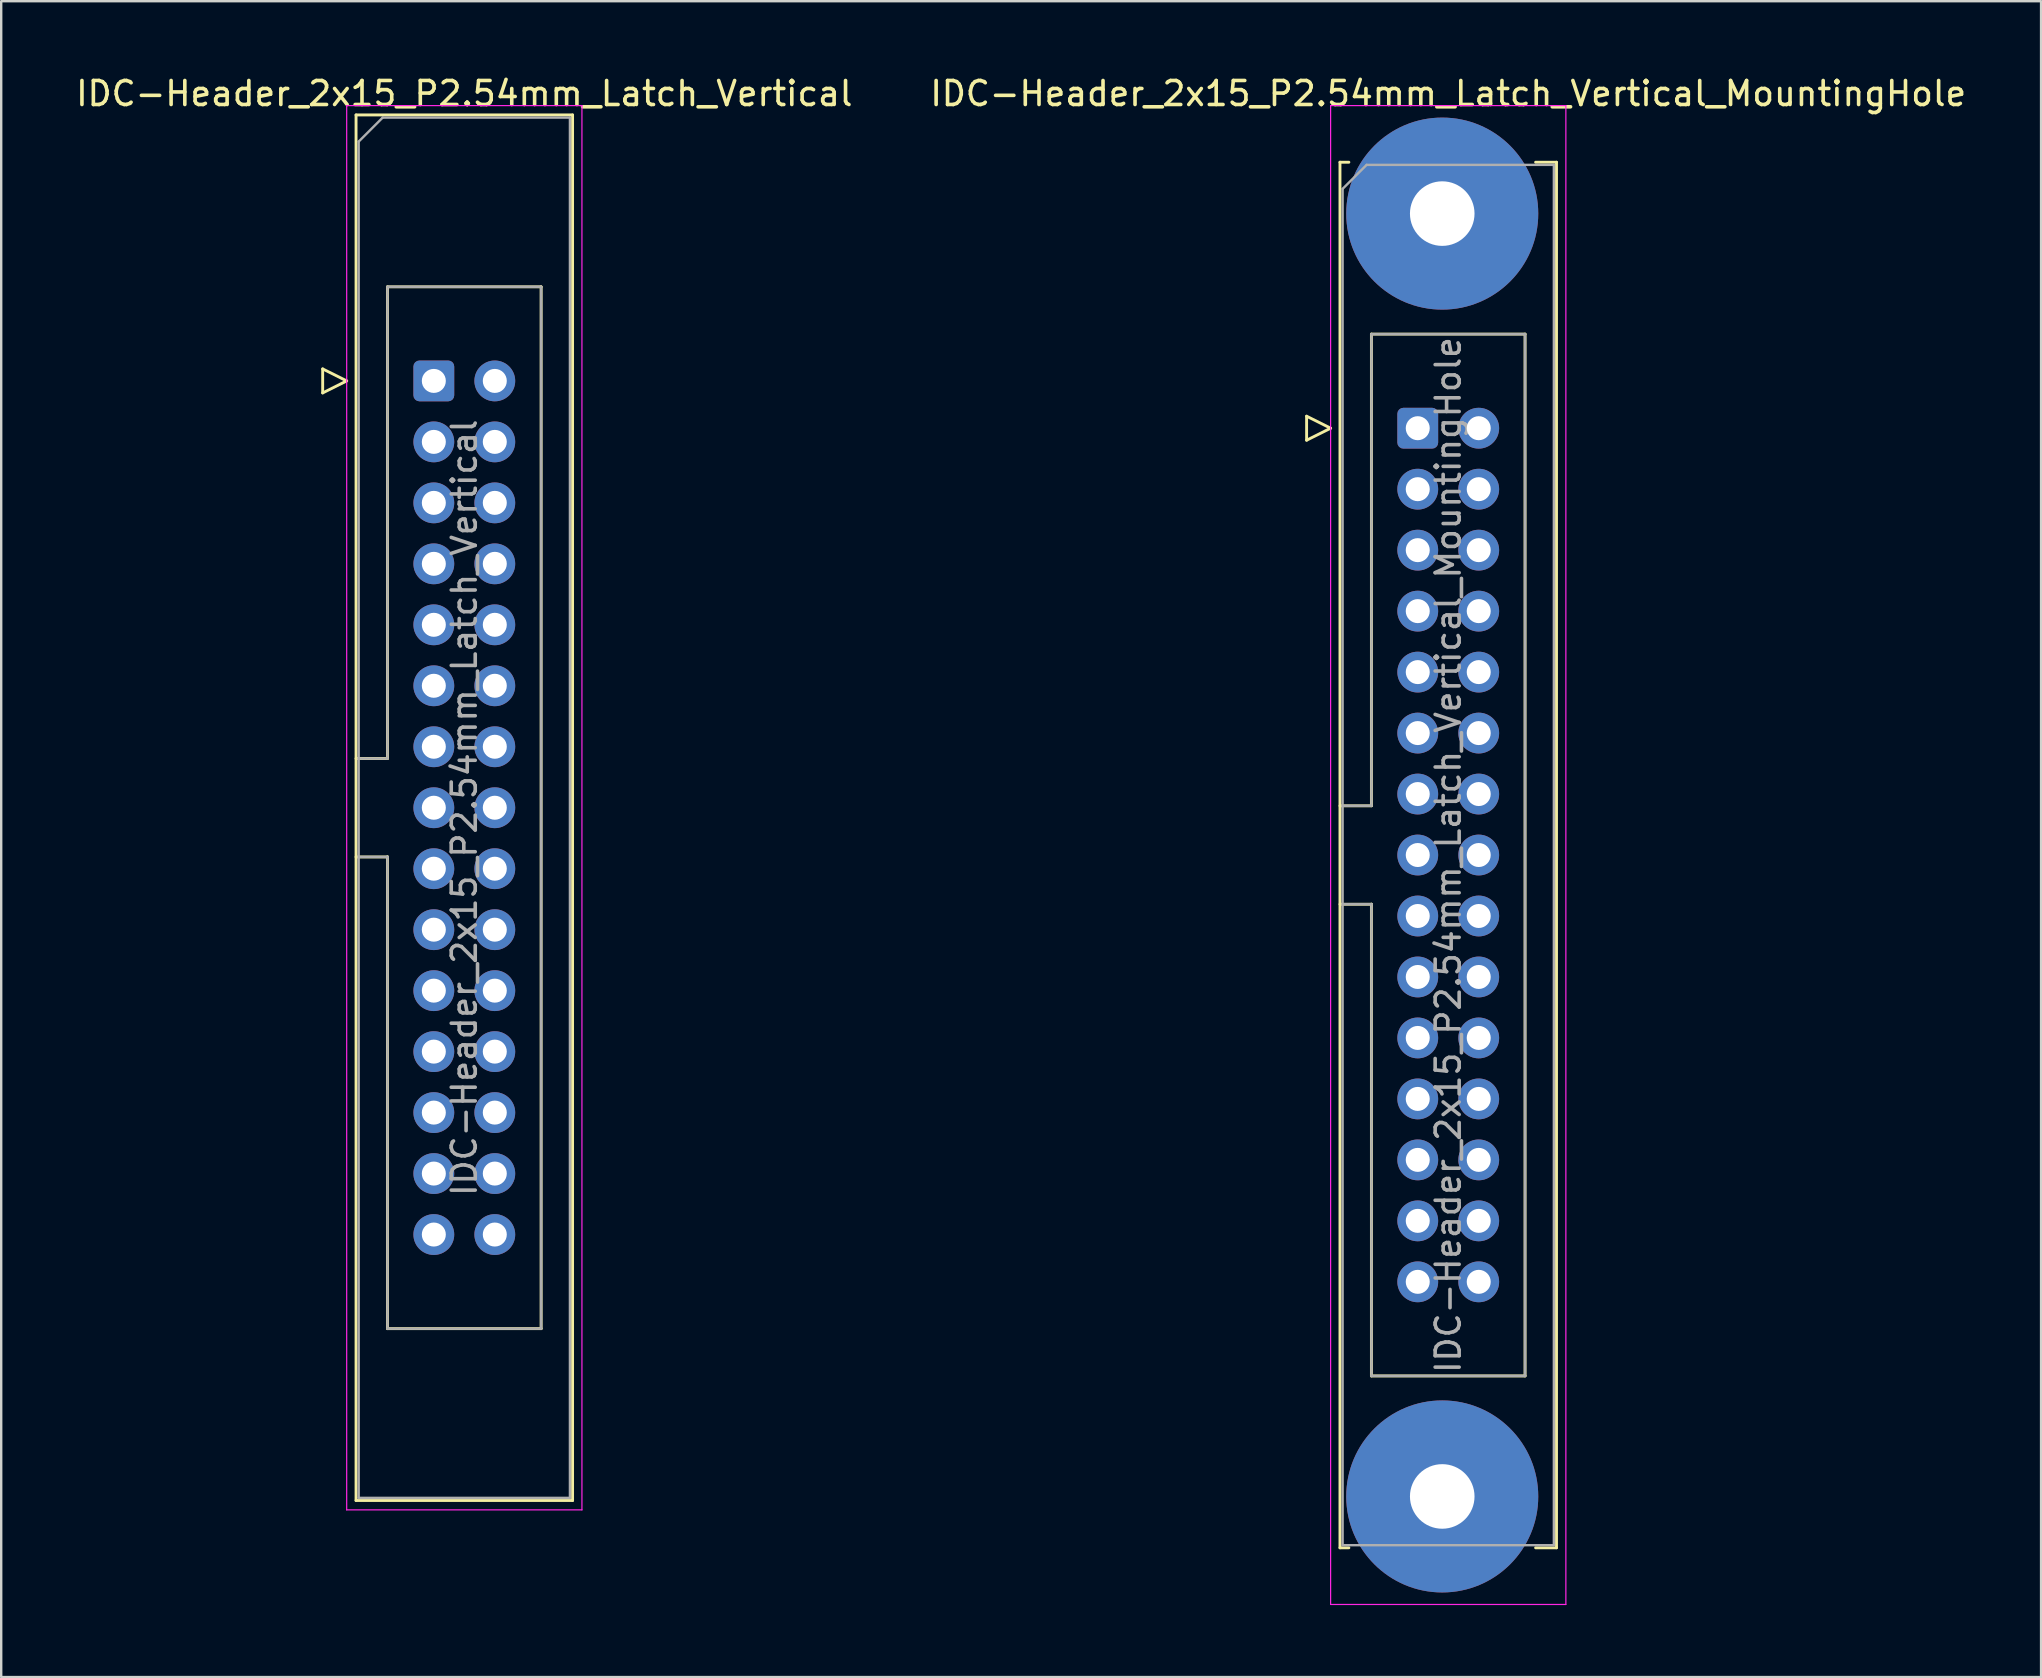
<source format=kicad_pcb>
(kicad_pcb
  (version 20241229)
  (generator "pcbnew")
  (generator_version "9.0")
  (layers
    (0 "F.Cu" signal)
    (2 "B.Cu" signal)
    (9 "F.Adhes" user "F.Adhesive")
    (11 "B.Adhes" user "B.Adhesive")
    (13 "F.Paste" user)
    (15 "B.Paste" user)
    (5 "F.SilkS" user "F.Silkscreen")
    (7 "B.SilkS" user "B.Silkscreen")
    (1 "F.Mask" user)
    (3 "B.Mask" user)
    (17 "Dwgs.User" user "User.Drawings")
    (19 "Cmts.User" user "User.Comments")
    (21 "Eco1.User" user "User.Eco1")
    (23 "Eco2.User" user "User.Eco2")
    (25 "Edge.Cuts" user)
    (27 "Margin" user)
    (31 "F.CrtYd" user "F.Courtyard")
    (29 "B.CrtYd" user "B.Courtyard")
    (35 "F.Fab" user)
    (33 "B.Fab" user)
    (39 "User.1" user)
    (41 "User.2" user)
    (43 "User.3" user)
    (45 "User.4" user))
  (footprint "IDC-Header_2x15_P2.54mm_Latch_Vertical_MountingHole"
    (layer "F.Cu")
    (at 56.01 14.788)
    (property "Reference" "IDC-Header_2x15_P2.54mm_Latch_Vertical_MountingHole" (at 1.27 -13.94 0) (layer "F.SilkS") (effects (font (size 1 1) (thickness 0.15))))
    (attr through_hole)
    (fp_line (start -4.63 -0.5) (end -4.63 0.5) (stroke (width 0.12) (type solid)) (layer "F.SilkS"))
    (fp_line (start -4.63 0.5) (end -3.63 0) (stroke (width 0.12) (type solid)) (layer "F.SilkS"))
    (fp_line (start -3.63 0) (end -4.63 -0.5) (stroke (width 0.12) (type solid)) (layer "F.SilkS"))
    (fp_line (start -3.24 -11.08) (end -3.24 46.64) (stroke (width 0.12) (type solid)) (layer "F.SilkS"))
    (fp_line (start -3.24 15.73) (end -1.93 15.73) (stroke (width 0.12) (type solid)) (layer "F.SilkS"))
    (fp_line (start -3.24 46.64) (end -2.87 46.64) (stroke (width 0.12) (type solid)) (layer "F.SilkS"))
    (fp_line (start -2.87 -11.08) (end -3.24 -11.08) (stroke (width 0.12) (type solid)) (layer "F.SilkS"))
    (fp_line (start -1.93 -3.92) (end 4.47 -3.92) (stroke (width 0.12) (type solid)) (layer "F.SilkS"))
    (fp_line (start -1.93 15.73) (end -1.93 -3.92) (stroke (width 0.12) (type solid)) (layer "F.SilkS"))
    (fp_line (start -1.93 19.83) (end -3.24 19.83) (stroke (width 0.12) (type solid)) (layer "F.SilkS"))
    (fp_line (start -1.93 19.83) (end -1.93 19.83) (stroke (width 0.12) (type solid)) (layer "F.SilkS"))
    (fp_line (start -1.93 39.48) (end -1.93 19.83) (stroke (width 0.12) (type solid)) (layer "F.SilkS"))
    (fp_line (start 4.47 -3.92) (end 4.47 39.48) (stroke (width 0.12) (type solid)) (layer "F.SilkS"))
    (fp_line (start 4.47 39.48) (end -1.93 39.48) (stroke (width 0.12) (type solid)) (layer "F.SilkS"))
    (fp_line (start 4.91 -11.08) (end 5.78 -11.08) (stroke (width 0.12) (type solid)) (layer "F.SilkS"))
    (fp_line (start 5.78 -11.08) (end 5.78 46.64) (stroke (width 0.12) (type solid)) (layer "F.SilkS"))
    (fp_line (start 5.78 46.64) (end 4.91 46.64) (stroke (width 0.12) (type solid)) (layer "F.SilkS"))
    (fp_line (start -3.63 -13.44) (end -3.63 49) (stroke (width 0.05) (type solid)) (layer "F.CrtYd"))
    (fp_line (start -3.63 49) (end 6.17 49) (stroke (width 0.05) (type solid)) (layer "F.CrtYd"))
    (fp_line (start 6.17 -13.44) (end -3.63 -13.44) (stroke (width 0.05) (type solid)) (layer "F.CrtYd"))
    (fp_line (start 6.17 49) (end 6.17 -13.44) (stroke (width 0.05) (type solid)) (layer "F.CrtYd"))
    (fp_line (start -3.13 -9.97) (end -2.13 -10.97) (stroke (width 0.1) (type solid)) (layer "F.Fab"))
    (fp_line (start -3.13 15.73) (end -1.93 15.73) (stroke (width 0.1) (type solid)) (layer "F.Fab"))
    (fp_line (start -3.13 46.53) (end -3.13 -9.97) (stroke (width 0.1) (type solid)) (layer "F.Fab"))
    (fp_line (start -2.13 -10.97) (end 5.67 -10.97) (stroke (width 0.1) (type solid)) (layer "F.Fab"))
    (fp_line (start -1.93 -3.92) (end 4.47 -3.92) (stroke (width 0.1) (type solid)) (layer "F.Fab"))
    (fp_line (start -1.93 15.73) (end -1.93 -3.92) (stroke (width 0.1) (type solid)) (layer "F.Fab"))
    (fp_line (start -1.93 19.83) (end -3.13 19.83) (stroke (width 0.1) (type solid)) (layer "F.Fab"))
    (fp_line (start -1.93 19.83) (end -1.93 19.83) (stroke (width 0.1) (type solid)) (layer "F.Fab"))
    (fp_line (start -1.93 39.48) (end -1.93 19.83) (stroke (width 0.1) (type solid)) (layer "F.Fab"))
    (fp_line (start 4.47 -3.92) (end 4.47 39.48) (stroke (width 0.1) (type solid)) (layer "F.Fab"))
    (fp_line (start 4.47 39.48) (end -1.93 39.48) (stroke (width 0.1) (type solid)) (layer "F.Fab"))
    (fp_line (start 5.67 -10.97) (end 5.67 46.53) (stroke (width 0.1) (type solid)) (layer "F.Fab"))
    (fp_line (start 5.67 46.53) (end -3.13 46.53) (stroke (width 0.1) (type solid)) (layer "F.Fab"))
    (fp_text user "${REFERENCE}" (at 1.27 17.78 90) (layer "F.Fab") (effects (font (size 1 1) (thickness 0.15))))
    (pad "" thru_hole circle (at 1.02 -8.94) (size 8 8) (drill 2.69) (layers "*.Cu" "*.Mask"))
    (pad "" thru_hole circle (at 1.02 44.5) (size 8 8) (drill 2.69) (layers "*.Cu" "*.Mask"))
    (pad "1" thru_hole roundrect (at 0 0) (size 1.7 1.7) (drill 1) (layers "*.Cu" "*.Mask") (roundrect_rratio 0.147))
    (pad "2" thru_hole circle (at 2.54 0) (size 1.7 1.7) (drill 1) (layers "*.Cu" "*.Mask"))
    (pad "3" thru_hole circle (at 0 2.54) (size 1.7 1.7) (drill 1) (layers "*.Cu" "*.Mask"))
    (pad "4" thru_hole circle (at 2.54 2.54) (size 1.7 1.7) (drill 1) (layers "*.Cu" "*.Mask"))
    (pad "5" thru_hole circle (at 0 5.08) (size 1.7 1.7) (drill 1) (layers "*.Cu" "*.Mask"))
    (pad "6" thru_hole circle (at 2.54 5.08) (size 1.7 1.7) (drill 1) (layers "*.Cu" "*.Mask"))
    (pad "7" thru_hole circle (at 0 7.62) (size 1.7 1.7) (drill 1) (layers "*.Cu" "*.Mask"))
    (pad "8" thru_hole circle (at 2.54 7.62) (size 1.7 1.7) (drill 1) (layers "*.Cu" "*.Mask"))
    (pad "9" thru_hole circle (at 0 10.16) (size 1.7 1.7) (drill 1) (layers "*.Cu" "*.Mask"))
    (pad "10" thru_hole circle (at 2.54 10.16) (size 1.7 1.7) (drill 1) (layers "*.Cu" "*.Mask"))
    (pad "11" thru_hole circle (at 0 12.7) (size 1.7 1.7) (drill 1) (layers "*.Cu" "*.Mask"))
    (pad "12" thru_hole circle (at 2.54 12.7) (size 1.7 1.7) (drill 1) (layers "*.Cu" "*.Mask"))
    (pad "13" thru_hole circle (at 0 15.24) (size 1.7 1.7) (drill 1) (layers "*.Cu" "*.Mask"))
    (pad "14" thru_hole circle (at 2.54 15.24) (size 1.7 1.7) (drill 1) (layers "*.Cu" "*.Mask"))
    (pad "15" thru_hole circle (at 0 17.78) (size 1.7 1.7) (drill 1) (layers "*.Cu" "*.Mask"))
    (pad "16" thru_hole circle (at 2.54 17.78) (size 1.7 1.7) (drill 1) (layers "*.Cu" "*.Mask"))
    (pad "17" thru_hole circle (at 0 20.32) (size 1.7 1.7) (drill 1) (layers "*.Cu" "*.Mask"))
    (pad "18" thru_hole circle (at 2.54 20.32) (size 1.7 1.7) (drill 1) (layers "*.Cu" "*.Mask"))
    (pad "19" thru_hole circle (at 0 22.86) (size 1.7 1.7) (drill 1) (layers "*.Cu" "*.Mask"))
    (pad "20" thru_hole circle (at 2.54 22.86) (size 1.7 1.7) (drill 1) (layers "*.Cu" "*.Mask"))
    (pad "21" thru_hole circle (at 0 25.4) (size 1.7 1.7) (drill 1) (layers "*.Cu" "*.Mask"))
    (pad "22" thru_hole circle (at 2.54 25.4) (size 1.7 1.7) (drill 1) (layers "*.Cu" "*.Mask"))
    (pad "23" thru_hole circle (at 0 27.94) (size 1.7 1.7) (drill 1) (layers "*.Cu" "*.Mask"))
    (pad "24" thru_hole circle (at 2.54 27.94) (size 1.7 1.7) (drill 1) (layers "*.Cu" "*.Mask"))
    (pad "25" thru_hole circle (at 0 30.48) (size 1.7 1.7) (drill 1) (layers "*.Cu" "*.Mask"))
    (pad "26" thru_hole circle (at 2.54 30.48) (size 1.7 1.7) (drill 1) (layers "*.Cu" "*.Mask"))
    (pad "27" thru_hole circle (at 0 33.02) (size 1.7 1.7) (drill 1) (layers "*.Cu" "*.Mask"))
    (pad "28" thru_hole circle (at 2.54 33.02) (size 1.7 1.7) (drill 1) (layers "*.Cu" "*.Mask"))
    (pad "29" thru_hole circle (at 0 35.56) (size 1.7 1.7) (drill 1) (layers "*.Cu" "*.Mask"))
    (pad "30" thru_hole circle (at 2.54 35.56) (size 1.7 1.7) (drill 1) (layers "*.Cu" "*.Mask")))
  (footprint "IDC-Header_2x15_P2.54mm_Latch_Vertical"
    (layer "F.Cu")
    (at 15.022 12.818)
    (property "Reference" "IDC-Header_2x15_P2.54mm_Latch_Vertical" (at 1.27 -11.97 0) (layer "F.SilkS") (effects (font (size 1 1) (thickness 0.15))))
    (attr through_hole)
    (fp_line (start -4.63 -0.5) (end -4.63 0.5) (stroke (width 0.12) (type solid)) (layer "F.SilkS"))
    (fp_line (start -4.63 0.5) (end -3.63 0) (stroke (width 0.12) (type solid)) (layer "F.SilkS"))
    (fp_line (start -3.63 0) (end -4.63 -0.5) (stroke (width 0.12) (type solid)) (layer "F.SilkS"))
    (fp_line (start -3.24 -11.08) (end 5.78 -11.08) (stroke (width 0.12) (type solid)) (layer "F.SilkS"))
    (fp_line (start -3.24 15.73) (end -1.93 15.73) (stroke (width 0.12) (type solid)) (layer "F.SilkS"))
    (fp_line (start -3.24 46.64) (end -3.24 -11.08) (stroke (width 0.12) (type solid)) (layer "F.SilkS"))
    (fp_line (start -1.93 -3.92) (end 4.47 -3.92) (stroke (width 0.12) (type solid)) (layer "F.SilkS"))
    (fp_line (start -1.93 15.73) (end -1.93 -3.92) (stroke (width 0.12) (type solid)) (layer "F.SilkS"))
    (fp_line (start -1.93 19.83) (end -3.24 19.83) (stroke (width 0.12) (type solid)) (layer "F.SilkS"))
    (fp_line (start -1.93 19.83) (end -1.93 19.83) (stroke (width 0.12) (type solid)) (layer "F.SilkS"))
    (fp_line (start -1.93 39.48) (end -1.93 19.83) (stroke (width 0.12) (type solid)) (layer "F.SilkS"))
    (fp_line (start 4.47 -3.92) (end 4.47 39.48) (stroke (width 0.12) (type solid)) (layer "F.SilkS"))
    (fp_line (start 4.47 39.48) (end -1.93 39.48) (stroke (width 0.12) (type solid)) (layer "F.SilkS"))
    (fp_line (start 5.78 -11.08) (end 5.78 46.64) (stroke (width 0.12) (type solid)) (layer "F.SilkS"))
    (fp_line (start 5.78 46.64) (end -3.24 46.64) (stroke (width 0.12) (type solid)) (layer "F.SilkS"))
    (fp_line (start -3.63 -11.47) (end -3.63 47.03) (stroke (width 0.05) (type solid)) (layer "F.CrtYd"))
    (fp_line (start -3.63 47.03) (end 6.17 47.03) (stroke (width 0.05) (type solid)) (layer "F.CrtYd"))
    (fp_line (start 6.17 -11.47) (end -3.63 -11.47) (stroke (width 0.05) (type solid)) (layer "F.CrtYd"))
    (fp_line (start 6.17 47.03) (end 6.17 -11.47) (stroke (width 0.05) (type solid)) (layer "F.CrtYd"))
    (fp_line (start -3.13 -9.97) (end -2.13 -10.97) (stroke (width 0.1) (type solid)) (layer "F.Fab"))
    (fp_line (start -3.13 15.73) (end -1.93 15.73) (stroke (width 0.1) (type solid)) (layer "F.Fab"))
    (fp_line (start -3.13 46.53) (end -3.13 -9.97) (stroke (width 0.1) (type solid)) (layer "F.Fab"))
    (fp_line (start -2.13 -10.97) (end 5.67 -10.97) (stroke (width 0.1) (type solid)) (layer "F.Fab"))
    (fp_line (start -1.93 -3.92) (end 4.47 -3.92) (stroke (width 0.1) (type solid)) (layer "F.Fab"))
    (fp_line (start -1.93 15.73) (end -1.93 -3.92) (stroke (width 0.1) (type solid)) (layer "F.Fab"))
    (fp_line (start -1.93 19.83) (end -3.13 19.83) (stroke (width 0.1) (type solid)) (layer "F.Fab"))
    (fp_line (start -1.93 19.83) (end -1.93 19.83) (stroke (width 0.1) (type solid)) (layer "F.Fab"))
    (fp_line (start -1.93 39.48) (end -1.93 19.83) (stroke (width 0.1) (type solid)) (layer "F.Fab"))
    (fp_line (start 4.47 -3.92) (end 4.47 39.48) (stroke (width 0.1) (type solid)) (layer "F.Fab"))
    (fp_line (start 4.47 39.48) (end -1.93 39.48) (stroke (width 0.1) (type solid)) (layer "F.Fab"))
    (fp_line (start 5.67 -10.97) (end 5.67 46.53) (stroke (width 0.1) (type solid)) (layer "F.Fab"))
    (fp_line (start 5.67 46.53) (end -3.13 46.53) (stroke (width 0.1) (type solid)) (layer "F.Fab"))
    (fp_text user "${REFERENCE}" (at 1.27 17.78 90) (layer "F.Fab") (effects (font (size 1 1) (thickness 0.15))))
    (pad "1" thru_hole roundrect (at 0 0) (size 1.7 1.7) (drill 1) (layers "*.Cu" "*.Mask") (roundrect_rratio 0.147))
    (pad "2" thru_hole circle (at 2.54 0) (size 1.7 1.7) (drill 1) (layers "*.Cu" "*.Mask"))
    (pad "3" thru_hole circle (at 0 2.54) (size 1.7 1.7) (drill 1) (layers "*.Cu" "*.Mask"))
    (pad "4" thru_hole circle (at 2.54 2.54) (size 1.7 1.7) (drill 1) (layers "*.Cu" "*.Mask"))
    (pad "5" thru_hole circle (at 0 5.08) (size 1.7 1.7) (drill 1) (layers "*.Cu" "*.Mask"))
    (pad "6" thru_hole circle (at 2.54 5.08) (size 1.7 1.7) (drill 1) (layers "*.Cu" "*.Mask"))
    (pad "7" thru_hole circle (at 0 7.62) (size 1.7 1.7) (drill 1) (layers "*.Cu" "*.Mask"))
    (pad "8" thru_hole circle (at 2.54 7.62) (size 1.7 1.7) (drill 1) (layers "*.Cu" "*.Mask"))
    (pad "9" thru_hole circle (at 0 10.16) (size 1.7 1.7) (drill 1) (layers "*.Cu" "*.Mask"))
    (pad "10" thru_hole circle (at 2.54 10.16) (size 1.7 1.7) (drill 1) (layers "*.Cu" "*.Mask"))
    (pad "11" thru_hole circle (at 0 12.7) (size 1.7 1.7) (drill 1) (layers "*.Cu" "*.Mask"))
    (pad "12" thru_hole circle (at 2.54 12.7) (size 1.7 1.7) (drill 1) (layers "*.Cu" "*.Mask"))
    (pad "13" thru_hole circle (at 0 15.24) (size 1.7 1.7) (drill 1) (layers "*.Cu" "*.Mask"))
    (pad "14" thru_hole circle (at 2.54 15.24) (size 1.7 1.7) (drill 1) (layers "*.Cu" "*.Mask"))
    (pad "15" thru_hole circle (at 0 17.78) (size 1.7 1.7) (drill 1) (layers "*.Cu" "*.Mask"))
    (pad "16" thru_hole circle (at 2.54 17.78) (size 1.7 1.7) (drill 1) (layers "*.Cu" "*.Mask"))
    (pad "17" thru_hole circle (at 0 20.32) (size 1.7 1.7) (drill 1) (layers "*.Cu" "*.Mask"))
    (pad "18" thru_hole circle (at 2.54 20.32) (size 1.7 1.7) (drill 1) (layers "*.Cu" "*.Mask"))
    (pad "19" thru_hole circle (at 0 22.86) (size 1.7 1.7) (drill 1) (layers "*.Cu" "*.Mask"))
    (pad "20" thru_hole circle (at 2.54 22.86) (size 1.7 1.7) (drill 1) (layers "*.Cu" "*.Mask"))
    (pad "21" thru_hole circle (at 0 25.4) (size 1.7 1.7) (drill 1) (layers "*.Cu" "*.Mask"))
    (pad "22" thru_hole circle (at 2.54 25.4) (size 1.7 1.7) (drill 1) (layers "*.Cu" "*.Mask"))
    (pad "23" thru_hole circle (at 0 27.94) (size 1.7 1.7) (drill 1) (layers "*.Cu" "*.Mask"))
    (pad "24" thru_hole circle (at 2.54 27.94) (size 1.7 1.7) (drill 1) (layers "*.Cu" "*.Mask"))
    (pad "25" thru_hole circle (at 0 30.48) (size 1.7 1.7) (drill 1) (layers "*.Cu" "*.Mask"))
    (pad "26" thru_hole circle (at 2.54 30.48) (size 1.7 1.7) (drill 1) (layers "*.Cu" "*.Mask"))
    (pad "27" thru_hole circle (at 0 33.02) (size 1.7 1.7) (drill 1) (layers "*.Cu" "*.Mask"))
    (pad "28" thru_hole circle (at 2.54 33.02) (size 1.7 1.7) (drill 1) (layers "*.Cu" "*.Mask"))
    (pad "29" thru_hole circle (at 0 35.56) (size 1.7 1.7) (drill 1) (layers "*.Cu" "*.Mask"))
    (pad "30" thru_hole circle (at 2.54 35.56) (size 1.7 1.7) (drill 1) (layers "*.Cu" "*.Mask")))
  (gr_rect
    (start -3 -3)
    (end 81.976 66.813)
    (stroke (width 0.1) (type default))
    (fill no)
    (layer "Edge.Cuts")))
</source>
